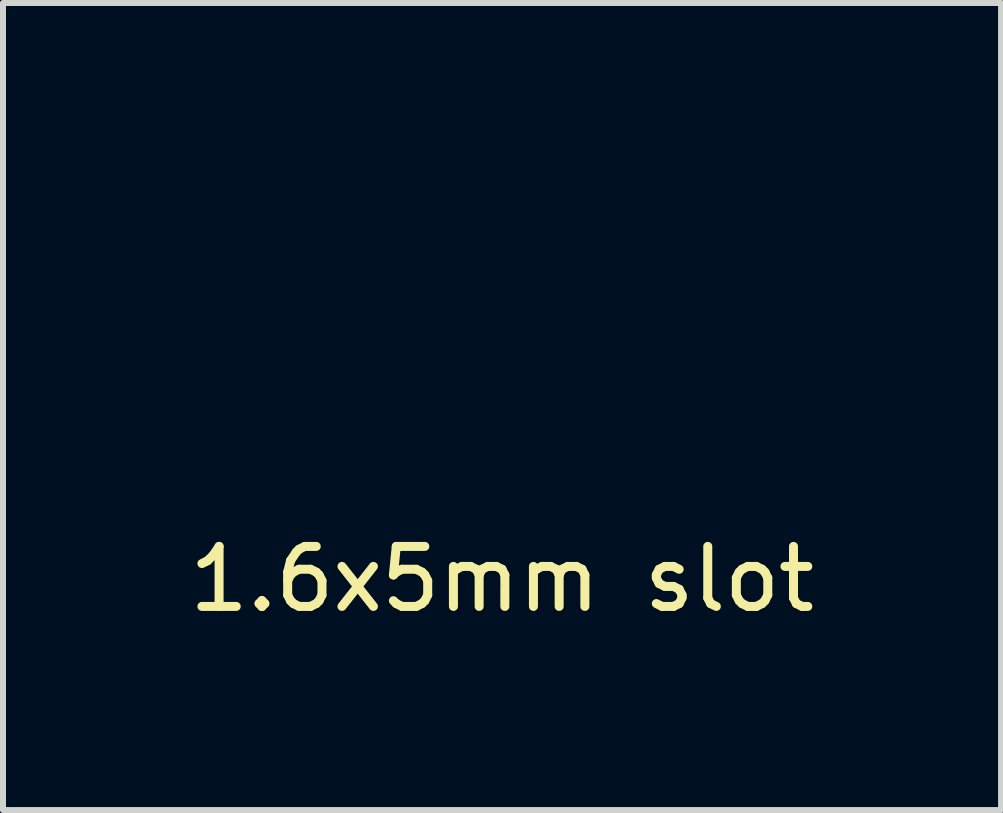
<source format=kicad_pcb>
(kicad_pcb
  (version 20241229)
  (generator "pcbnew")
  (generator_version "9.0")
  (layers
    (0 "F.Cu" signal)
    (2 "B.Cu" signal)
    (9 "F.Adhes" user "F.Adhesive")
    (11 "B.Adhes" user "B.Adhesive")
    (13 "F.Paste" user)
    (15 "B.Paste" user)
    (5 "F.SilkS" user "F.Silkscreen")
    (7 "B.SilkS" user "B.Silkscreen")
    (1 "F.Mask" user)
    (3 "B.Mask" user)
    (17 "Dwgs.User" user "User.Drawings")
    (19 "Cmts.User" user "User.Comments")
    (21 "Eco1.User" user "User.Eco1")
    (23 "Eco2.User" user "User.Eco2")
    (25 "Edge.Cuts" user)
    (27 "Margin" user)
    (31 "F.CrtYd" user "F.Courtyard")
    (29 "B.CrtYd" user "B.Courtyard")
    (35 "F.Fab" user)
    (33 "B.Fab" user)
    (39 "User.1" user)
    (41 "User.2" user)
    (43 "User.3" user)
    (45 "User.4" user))
  (footprint "1.6x5mm slot"
    (layer "F.Cu")
    (at 5.315 7.1)
    (property "Reference" "1.6x5mm slot" (at 0 -0.5 0) (unlocked yes) (layer "F.SilkS") (effects (font (size 1 1) (thickness 0.15))))
    (fp_poly (pts (xy -2 -7) (xy 2 -7) (xy 2 0) (xy -2 0)) (stroke (width 0.12) (type solid)) (fill yes) (layer "F.Mask"))
    (fp_poly (pts (xy -2 -7) (xy 2 -7) (xy 2 0) (xy -2 0)) (stroke (width 0.12) (type solid)) (fill yes) (layer "B.Mask"))
    (pad "" np_thru_hole circle (at 0 -3.5 180) (size 0.01 0.01) (drill oval 1.65 7) (layers "*.Mask"))
    (pad "" np_thru_hole circle (at 0 -0.4) (size 0.01 0.01) (drill oval 2.45 0.8) (layers "*.Mask"))
    (zone (net_name "") (layers "F.Cu" "B.Cu") (hatch edge 0.508) (connect_pads) (min_thickness 0.254) (filled_areas_thickness no) (keepout (tracks not_allowed) (vias not_allowed) (pads not_allowed) (copperpour not_allowed) (footprints not_allowed)) (placement (enabled no)) (fill) (polygon (pts (xy 7.365 7.15) (xy 3.265 7.15) (xy 3.265 0) (xy 7.365 0)))))
  (gr_rect
    (start -3 -3)
    (end 13.631 10.448)
    (stroke (width 0.1) (type default))
    (fill no)
    (layer "Edge.Cuts")))
</source>
